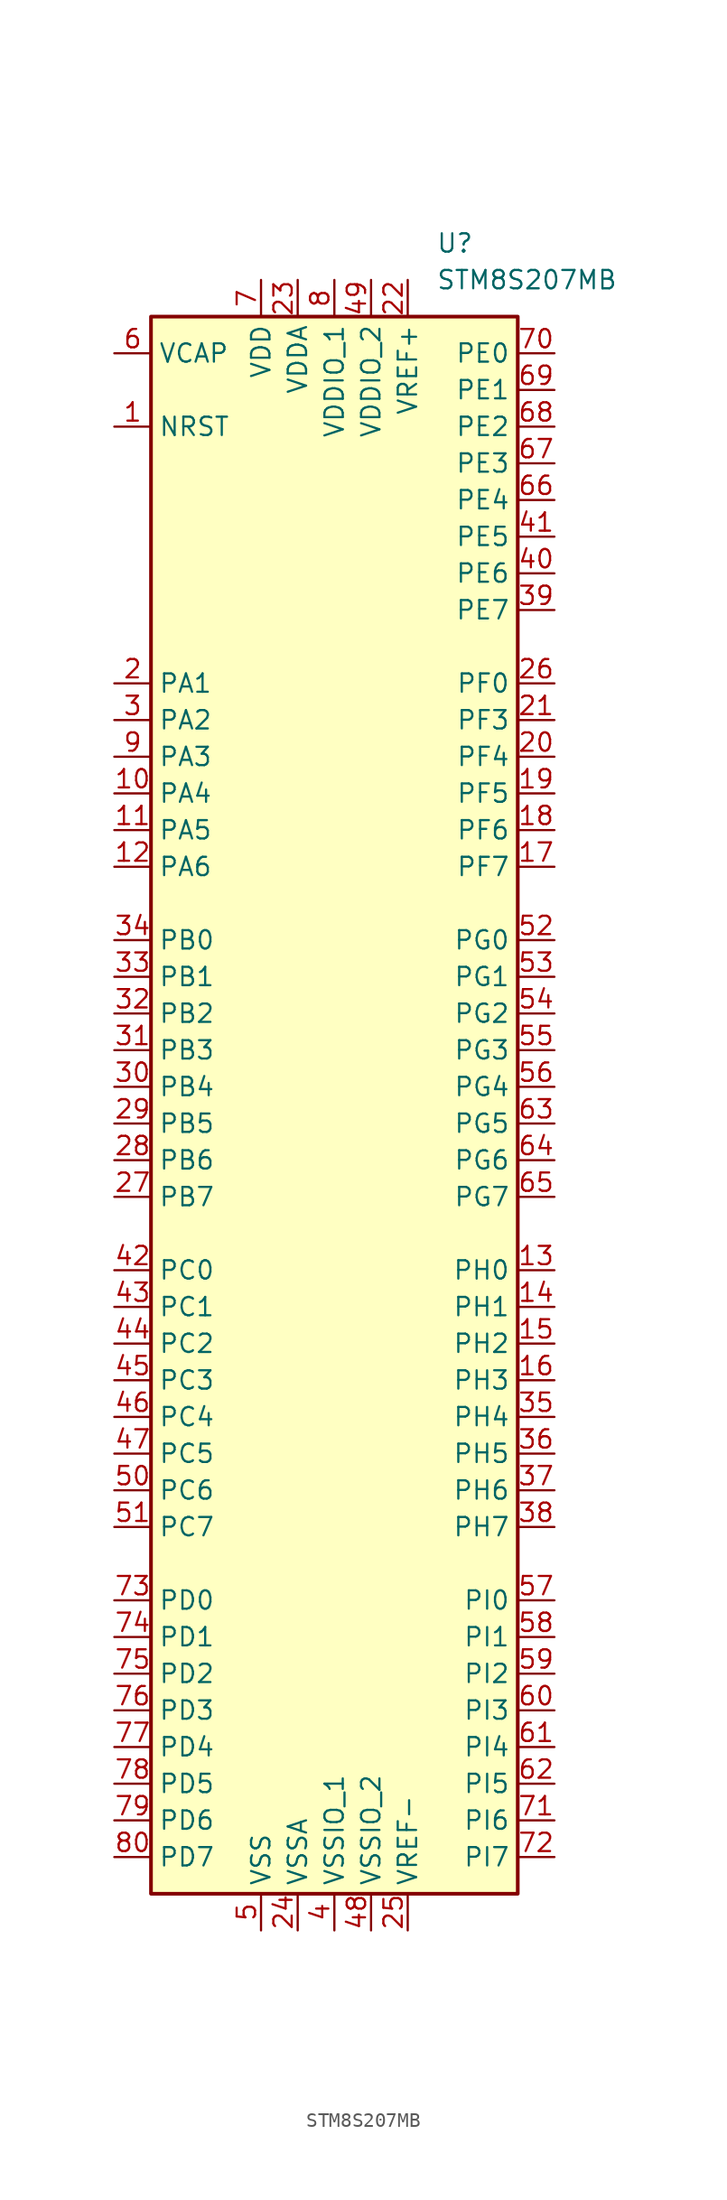
<source format=kicad_sym>
(kicad_symbol_lib
  (version 20231120)
  (generator "kicad_symbol_editor")
  (generator_version "8.0")
  (symbol "STM8S207MB"
    (property "Reference" "U"
      (at 7.036 58.42 0)
      (effects (font (size 1.27 1.27)) (justify left)))
    (property "Value" "STM8S207MB"
      (at 7.036 55.88 0)
      (effects (font (size 1.27 1.27)) (justify left)))
    (symbol "STM8S207MB_0_1"
      (rectangle (start -12.7 53.34) (end 12.7 -55.88) (stroke (width 0.254) (type default)) (fill (type background))))
    (symbol "STM8S207MB_1_0"
      (pin bidirectional line (at 15.24 -12.7 180) (length 2.54) (name "PH0" (effects (font (size 1.27 1.27)))) (number "13" (effects (font (size 1.27 1.27)))))
      (pin bidirectional line (at 15.24 -15.24 180) (length 2.54) (name "PH1" (effects (font (size 1.27 1.27)))) (number "14" (effects (font (size 1.27 1.27)))))
      (pin bidirectional line (at 15.24 -17.78 180) (length 2.54) (name "PH2" (effects (font (size 1.27 1.27)))) (number "15" (effects (font (size 1.27 1.27)))))
      (pin bidirectional line (at 15.24 -20.32 180) (length 2.54) (name "PH3" (effects (font (size 1.27 1.27)))) (number "16" (effects (font (size 1.27 1.27)))))
      (pin bidirectional line (at 15.24 -22.86 180) (length 2.54) (name "PH4" (effects (font (size 1.27 1.27)))) (number "35" (effects (font (size 1.27 1.27)))))
      (pin bidirectional line (at 15.24 -25.4 180) (length 2.54) (name "PH5" (effects (font (size 1.27 1.27)))) (number "36" (effects (font (size 1.27 1.27)))))
      (pin bidirectional line (at 15.24 -27.94 180) (length 2.54) (name "PH6" (effects (font (size 1.27 1.27)))) (number "37" (effects (font (size 1.27 1.27)))))
      (pin bidirectional line (at 15.24 -30.48 180) (length 2.54) (name "PH7" (effects (font (size 1.27 1.27)))) (number "38" (effects (font (size 1.27 1.27)))))
      (pin bidirectional line (at -15.24 -12.7 0) (length 2.54) (name "PC0" (effects (font (size 1.27 1.27)))) (number "42" (effects (font (size 1.27 1.27)))))
      (pin bidirectional line (at 15.24 -35.56 180) (length 2.54) (name "PI0" (effects (font (size 1.27 1.27)))) (number "57" (effects (font (size 1.27 1.27)))))
      (pin bidirectional line (at 15.24 -38.1 180) (length 2.54) (name "PI1" (effects (font (size 1.27 1.27)))) (number "58" (effects (font (size 1.27 1.27)))))
      (pin bidirectional line (at 15.24 -40.64 180) (length 2.54) (name "PI2" (effects (font (size 1.27 1.27)))) (number "59" (effects (font (size 1.27 1.27)))))
      (pin bidirectional line (at 15.24 -43.18 180) (length 2.54) (name "PI3" (effects (font (size 1.27 1.27)))) (number "60" (effects (font (size 1.27 1.27)))))
      (pin bidirectional line (at 15.24 -45.72 180) (length 2.54) (name "PI4" (effects (font (size 1.27 1.27)))) (number "61" (effects (font (size 1.27 1.27)))))
      (pin bidirectional line (at 15.24 -48.26 180) (length 2.54) (name "PI5" (effects (font (size 1.27 1.27)))) (number "62" (effects (font (size 1.27 1.27)))))
      (pin bidirectional line (at 15.24 -50.8 180) (length 2.54) (name "PI6" (effects (font (size 1.27 1.27)))) (number "71" (effects (font (size 1.27 1.27)))))
      (pin bidirectional line (at 15.24 -53.34 180) (length 2.54) (name "PI7" (effects (font (size 1.27 1.27)))) (number "72" (effects (font (size 1.27 1.27))))))
    (symbol "STM8S207MB_1_1"
      (pin input line (at -15.24 45.72 0) (length 2.54) (name "NRST" (effects (font (size 1.27 1.27)))) (number "1" (effects (font (size 1.27 1.27)))))
      (pin bidirectional line (at -15.24 20.32 0) (length 2.54) (name "PA4" (effects (font (size 1.27 1.27)))) (number "10" (effects (font (size 1.27 1.27)))))
      (pin bidirectional line (at -15.24 17.78 0) (length 2.54) (name "PA5" (effects (font (size 1.27 1.27)))) (number "11" (effects (font (size 1.27 1.27)))))
      (pin bidirectional line (at -15.24 15.24 0) (length 2.54) (name "PA6" (effects (font (size 1.27 1.27)))) (number "12" (effects (font (size 1.27 1.27)))))
      (pin bidirectional line (at 15.24 15.24 180) (length 2.54) (name "PF7" (effects (font (size 1.27 1.27)))) (number "17" (effects (font (size 1.27 1.27)))))
      (pin bidirectional line (at 15.24 17.78 180) (length 2.54) (name "PF6" (effects (font (size 1.27 1.27)))) (number "18" (effects (font (size 1.27 1.27)))))
      (pin bidirectional line (at 15.24 20.32 180) (length 2.54) (name "PF5" (effects (font (size 1.27 1.27)))) (number "19" (effects (font (size 1.27 1.27)))))
      (pin bidirectional line (at -15.24 27.94 0) (length 2.54) (name "PA1" (effects (font (size 1.27 1.27)))) (number "2" (effects (font (size 1.27 1.27)))))
      (pin bidirectional line (at 15.24 22.86 180) (length 2.54) (name "PF4" (effects (font (size 1.27 1.27)))) (number "20" (effects (font (size 1.27 1.27)))))
      (pin bidirectional line (at 15.24 25.4 180) (length 2.54) (name "PF3" (effects (font (size 1.27 1.27)))) (number "21" (effects (font (size 1.27 1.27)))))
      (pin power_in line (at 5.08 55.88 270) (length 2.54) (name "VREF+" (effects (font (size 1.27 1.27)))) (number "22" (effects (font (size 1.27 1.27)))))
      (pin power_in line (at -2.54 55.88 270) (length 2.54) (name "VDDA" (effects (font (size 1.27 1.27)))) (number "23" (effects (font (size 1.27 1.27)))))
      (pin power_in line (at -2.54 -58.42 90) (length 2.54) (name "VSSA" (effects (font (size 1.27 1.27)))) (number "24" (effects (font (size 1.27 1.27)))))
      (pin power_in line (at 5.08 -58.42 90) (length 2.54) (name "VREF-" (effects (font (size 1.27 1.27)))) (number "25" (effects (font (size 1.27 1.27)))))
      (pin bidirectional line (at 15.24 27.94 180) (length 2.54) (name "PF0" (effects (font (size 1.27 1.27)))) (number "26" (effects (font (size 1.27 1.27)))))
      (pin bidirectional line (at -15.24 -7.62 0) (length 2.54) (name "PB7" (effects (font (size 1.27 1.27)))) (number "27" (effects (font (size 1.27 1.27)))))
      (pin bidirectional line (at -15.24 -5.08 0) (length 2.54) (name "PB6" (effects (font (size 1.27 1.27)))) (number "28" (effects (font (size 1.27 1.27)))))
      (pin bidirectional line (at -15.24 -2.54 0) (length 2.54) (name "PB5" (effects (font (size 1.27 1.27)))) (number "29" (effects (font (size 1.27 1.27)))))
      (pin bidirectional line (at -15.24 25.4 0) (length 2.54) (name "PA2" (effects (font (size 1.27 1.27)))) (number "3" (effects (font (size 1.27 1.27)))))
      (pin bidirectional line (at -15.24 0 0) (length 2.54) (name "PB4" (effects (font (size 1.27 1.27)))) (number "30" (effects (font (size 1.27 1.27)))))
      (pin bidirectional line (at -15.24 2.54 0) (length 2.54) (name "PB3" (effects (font (size 1.27 1.27)))) (number "31" (effects (font (size 1.27 1.27)))))
      (pin bidirectional line (at -15.24 5.08 0) (length 2.54) (name "PB2" (effects (font (size 1.27 1.27)))) (number "32" (effects (font (size 1.27 1.27)))))
      (pin bidirectional line (at -15.24 7.62 0) (length 2.54) (name "PB1" (effects (font (size 1.27 1.27)))) (number "33" (effects (font (size 1.27 1.27)))))
      (pin bidirectional line (at -15.24 10.16 0) (length 2.54) (name "PB0" (effects (font (size 1.27 1.27)))) (number "34" (effects (font (size 1.27 1.27)))))
      (pin bidirectional line (at 15.24 33.02 180) (length 2.54) (name "PE7" (effects (font (size 1.27 1.27)))) (number "39" (effects (font (size 1.27 1.27)))))
      (pin power_in line (at 0 -58.42 90) (length 2.54) (name "VSSIO_1" (effects (font (size 1.27 1.27)))) (number "4" (effects (font (size 1.27 1.27)))))
      (pin bidirectional line (at 15.24 35.56 180) (length 2.54) (name "PE6" (effects (font (size 1.27 1.27)))) (number "40" (effects (font (size 1.27 1.27)))))
      (pin bidirectional line (at 15.24 38.1 180) (length 2.54) (name "PE5" (effects (font (size 1.27 1.27)))) (number "41" (effects (font (size 1.27 1.27)))))
      (pin bidirectional line (at -15.24 -15.24 0) (length 2.54) (name "PC1" (effects (font (size 1.27 1.27)))) (number "43" (effects (font (size 1.27 1.27)))))
      (pin bidirectional line (at -15.24 -17.78 0) (length 2.54) (name "PC2" (effects (font (size 1.27 1.27)))) (number "44" (effects (font (size 1.27 1.27)))))
      (pin bidirectional line (at -15.24 -20.32 0) (length 2.54) (name "PC3" (effects (font (size 1.27 1.27)))) (number "45" (effects (font (size 1.27 1.27)))))
      (pin bidirectional line (at -15.24 -22.86 0) (length 2.54) (name "PC4" (effects (font (size 1.27 1.27)))) (number "46" (effects (font (size 1.27 1.27)))))
      (pin bidirectional line (at -15.24 -25.4 0) (length 2.54) (name "PC5" (effects (font (size 1.27 1.27)))) (number "47" (effects (font (size 1.27 1.27)))))
      (pin power_in line (at 2.54 -58.42 90) (length 2.54) (name "VSSIO_2" (effects (font (size 1.27 1.27)))) (number "48" (effects (font (size 1.27 1.27)))))
      (pin power_in line (at 2.54 55.88 270) (length 2.54) (name "VDDIO_2" (effects (font (size 1.27 1.27)))) (number "49" (effects (font (size 1.27 1.27)))))
      (pin power_in line (at -5.08 -58.42 90) (length 2.54) (name "VSS" (effects (font (size 1.27 1.27)))) (number "5" (effects (font (size 1.27 1.27)))))
      (pin bidirectional line (at -15.24 -27.94 0) (length 2.54) (name "PC6" (effects (font (size 1.27 1.27)))) (number "50" (effects (font (size 1.27 1.27)))))
      (pin bidirectional line (at -15.24 -30.48 0) (length 2.54) (name "PC7" (effects (font (size 1.27 1.27)))) (number "51" (effects (font (size 1.27 1.27)))))
      (pin bidirectional line (at 15.24 10.16 180) (length 2.54) (name "PG0" (effects (font (size 1.27 1.27)))) (number "52" (effects (font (size 1.27 1.27)))))
      (pin bidirectional line (at 15.24 7.62 180) (length 2.54) (name "PG1" (effects (font (size 1.27 1.27)))) (number "53" (effects (font (size 1.27 1.27)))))
      (pin bidirectional line (at 15.24 5.08 180) (length 2.54) (name "PG2" (effects (font (size 1.27 1.27)))) (number "54" (effects (font (size 1.27 1.27)))))
      (pin bidirectional line (at 15.24 2.54 180) (length 2.54) (name "PG3" (effects (font (size 1.27 1.27)))) (number "55" (effects (font (size 1.27 1.27)))))
      (pin bidirectional line (at 15.24 0 180) (length 2.54) (name "PG4" (effects (font (size 1.27 1.27)))) (number "56" (effects (font (size 1.27 1.27)))))
      (pin input line (at -15.24 50.8 0) (length 2.54) (name "VCAP" (effects (font (size 1.27 1.27)))) (number "6" (effects (font (size 1.27 1.27)))))
      (pin bidirectional line (at 15.24 -2.54 180) (length 2.54) (name "PG5" (effects (font (size 1.27 1.27)))) (number "63" (effects (font (size 1.27 1.27)))))
      (pin bidirectional line (at 15.24 -5.08 180) (length 2.54) (name "PG6" (effects (font (size 1.27 1.27)))) (number "64" (effects (font (size 1.27 1.27)))))
      (pin bidirectional line (at 15.24 -7.62 180) (length 2.54) (name "PG7" (effects (font (size 1.27 1.27)))) (number "65" (effects (font (size 1.27 1.27)))))
      (pin bidirectional line (at 15.24 40.64 180) (length 2.54) (name "PE4" (effects (font (size 1.27 1.27)))) (number "66" (effects (font (size 1.27 1.27)))))
      (pin bidirectional line (at 15.24 43.18 180) (length 2.54) (name "PE3" (effects (font (size 1.27 1.27)))) (number "67" (effects (font (size 1.27 1.27)))))
      (pin bidirectional line (at 15.24 45.72 180) (length 2.54) (name "PE2" (effects (font (size 1.27 1.27)))) (number "68" (effects (font (size 1.27 1.27)))))
      (pin bidirectional line (at 15.24 48.26 180) (length 2.54) (name "PE1" (effects (font (size 1.27 1.27)))) (number "69" (effects (font (size 1.27 1.27)))))
      (pin power_in line (at -5.08 55.88 270) (length 2.54) (name "VDD" (effects (font (size 1.27 1.27)))) (number "7" (effects (font (size 1.27 1.27)))))
      (pin bidirectional line (at 15.24 50.8 180) (length 2.54) (name "PE0" (effects (font (size 1.27 1.27)))) (number "70" (effects (font (size 1.27 1.27)))))
      (pin bidirectional line (at -15.24 -35.56 0) (length 2.54) (name "PD0" (effects (font (size 1.27 1.27)))) (number "73" (effects (font (size 1.27 1.27)))))
      (pin bidirectional line (at -15.24 -38.1 0) (length 2.54) (name "PD1" (effects (font (size 1.27 1.27)))) (number "74" (effects (font (size 1.27 1.27)))))
      (pin bidirectional line (at -15.24 -40.64 0) (length 2.54) (name "PD2" (effects (font (size 1.27 1.27)))) (number "75" (effects (font (size 1.27 1.27)))))
      (pin bidirectional line (at -15.24 -43.18 0) (length 2.54) (name "PD3" (effects (font (size 1.27 1.27)))) (number "76" (effects (font (size 1.27 1.27)))))
      (pin bidirectional line (at -15.24 -45.72 0) (length 2.54) (name "PD4" (effects (font (size 1.27 1.27)))) (number "77" (effects (font (size 1.27 1.27)))))
      (pin bidirectional line (at -15.24 -48.26 0) (length 2.54) (name "PD5" (effects (font (size 1.27 1.27)))) (number "78" (effects (font (size 1.27 1.27)))))
      (pin bidirectional line (at -15.24 -50.8 0) (length 2.54) (name "PD6" (effects (font (size 1.27 1.27)))) (number "79" (effects (font (size 1.27 1.27)))))
      (pin power_in line (at 0 55.88 270) (length 2.54) (name "VDDIO_1" (effects (font (size 1.27 1.27)))) (number "8" (effects (font (size 1.27 1.27)))))
      (pin bidirectional line (at -15.24 -53.34 0) (length 2.54) (name "PD7" (effects (font (size 1.27 1.27)))) (number "80" (effects (font (size 1.27 1.27)))))
      (pin bidirectional line (at -15.24 22.86 0) (length 2.54) (name "PA3" (effects (font (size 1.27 1.27)))) (number "9" (effects (font (size 1.27 1.27))))))))
</source>
